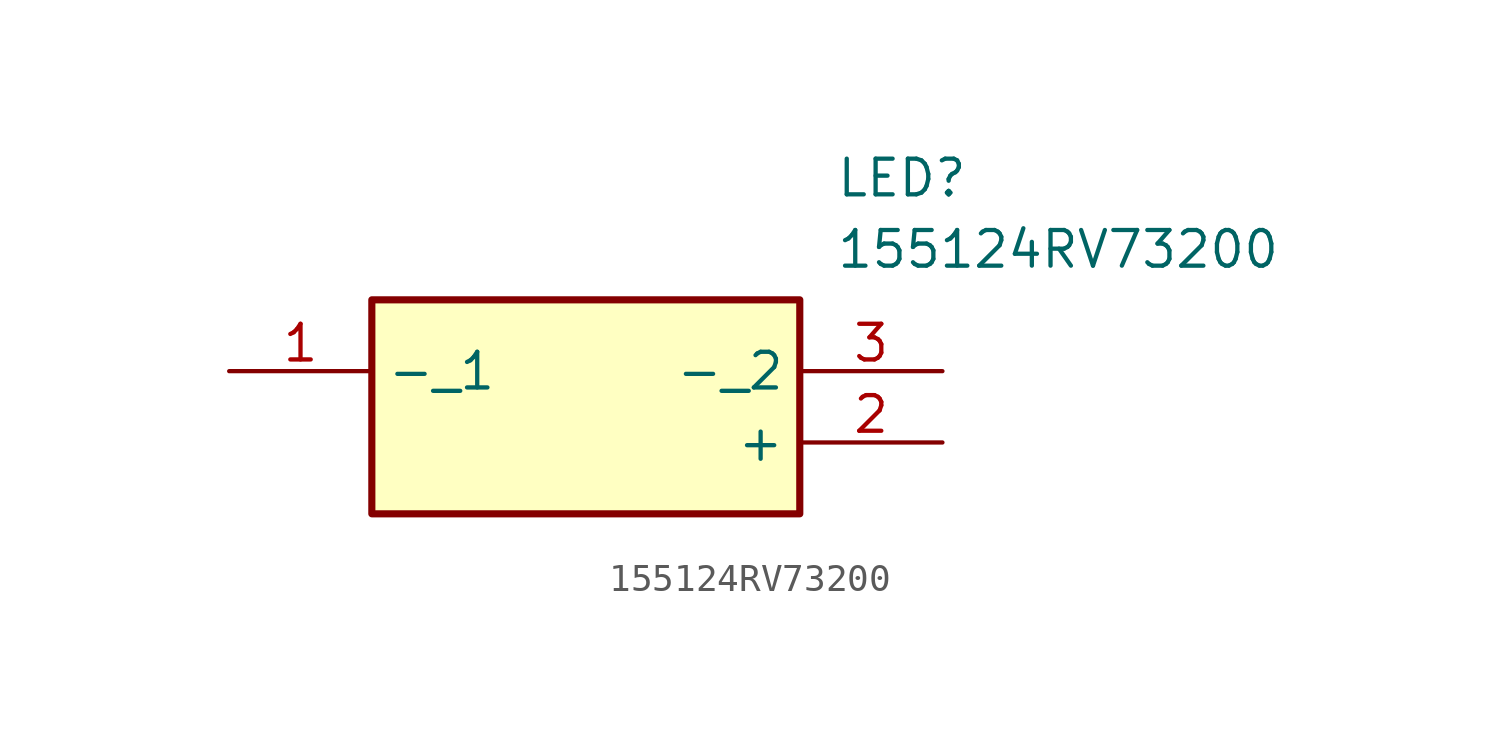
<source format=kicad_sym>
(kicad_symbol_lib
  (version 20220914)
  (generator kicad_symbol_editor)
  (symbol "155124RV73200"
    (property "Reference" "LED"
      (at 21.59 7.62 0)
      (effects (font (size 1.27 1.27)) (justify left top)))
    (property "Value" "155124RV73200"
      (at 21.59 5.08 0)
      (effects (font (size 1.27 1.27)) (justify left top)))
    (symbol "155124RV73200_1_1"
      (rectangle (start 5.08 2.54) (end 20.32 -5.08) (stroke (width 0.254) (type default)) (fill (type background)))
      (pin passive line (at 0 0 0) (length 5.08) (name "-_1" (effects (font (size 1.27 1.27)))) (number "1" (effects (font (size 1.27 1.27)))))
      (pin passive line (at 25.4 -2.54 180) (length 5.08) (name "+" (effects (font (size 1.27 1.27)))) (number "2" (effects (font (size 1.27 1.27)))))
      (pin passive line (at 25.4 0 180) (length 5.08) (name "-_2" (effects (font (size 1.27 1.27)))) (number "3" (effects (font (size 1.27 1.27))))))))
</source>
